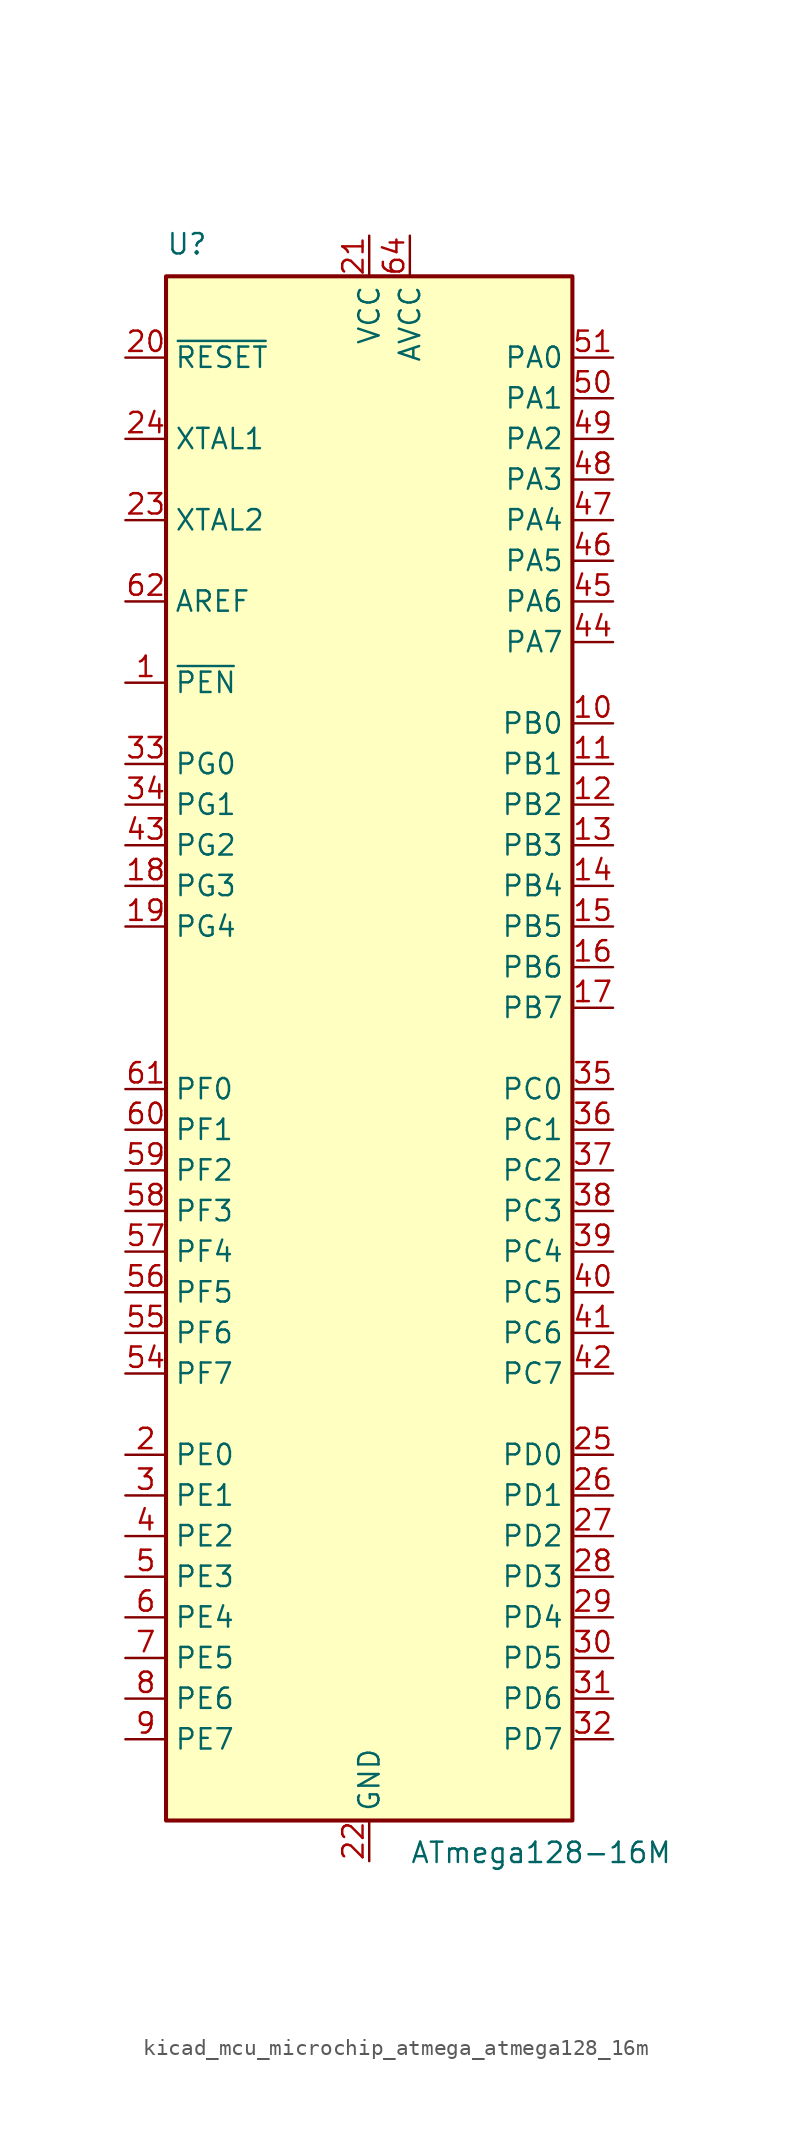
<source format=kicad_sym>
(kicad_symbol_lib
  (version 20220914)
  (generator kicad_symbol_editor)
  (symbol "kicad_mcu_microchip_atmega_atmega128_16m"
    (property "Reference" "U"
      (at -12.7 49.53 0)
      (effects (font (size 1.27 1.27)) (justify left bottom)))
    (property "Value" "ATmega128-16M"
      (at 2.54 -49.53 0)
      (effects (font (size 1.27 1.27)) (justify left top)))
    (symbol "kicad_mcu_microchip_atmega_atmega128_16m_0_1"
      (rectangle (start -12.7 -48.26) (end 12.7 48.26) (stroke (width 0.254) (type default)) (fill (type background))))
    (symbol "kicad_mcu_microchip_atmega_atmega128_16m_1_1"
      (pin input line (at -15.24 22.86 0) (length 2.54) (name "~{PEN}" (effects (font (size 1.27 1.27)))) (number "1" (effects (font (size 1.27 1.27)))))
      (pin bidirectional line (at 15.24 20.32 180) (length 2.54) (name "PB0" (effects (font (size 1.27 1.27)))) (number "10" (effects (font (size 1.27 1.27)))))
      (pin bidirectional line (at 15.24 17.78 180) (length 2.54) (name "PB1" (effects (font (size 1.27 1.27)))) (number "11" (effects (font (size 1.27 1.27)))))
      (pin bidirectional line (at 15.24 15.24 180) (length 2.54) (name "PB2" (effects (font (size 1.27 1.27)))) (number "12" (effects (font (size 1.27 1.27)))))
      (pin bidirectional line (at 15.24 12.7 180) (length 2.54) (name "PB3" (effects (font (size 1.27 1.27)))) (number "13" (effects (font (size 1.27 1.27)))))
      (pin bidirectional line (at 15.24 10.16 180) (length 2.54) (name "PB4" (effects (font (size 1.27 1.27)))) (number "14" (effects (font (size 1.27 1.27)))))
      (pin bidirectional line (at 15.24 7.62 180) (length 2.54) (name "PB5" (effects (font (size 1.27 1.27)))) (number "15" (effects (font (size 1.27 1.27)))))
      (pin bidirectional line (at 15.24 5.08 180) (length 2.54) (name "PB6" (effects (font (size 1.27 1.27)))) (number "16" (effects (font (size 1.27 1.27)))))
      (pin bidirectional line (at 15.24 2.54 180) (length 2.54) (name "PB7" (effects (font (size 1.27 1.27)))) (number "17" (effects (font (size 1.27 1.27)))))
      (pin bidirectional line (at -15.24 10.16 0) (length 2.54) (name "PG3" (effects (font (size 1.27 1.27)))) (number "18" (effects (font (size 1.27 1.27)))))
      (pin bidirectional line (at -15.24 7.62 0) (length 2.54) (name "PG4" (effects (font (size 1.27 1.27)))) (number "19" (effects (font (size 1.27 1.27)))))
      (pin bidirectional line (at -15.24 -25.4 0) (length 2.54) (name "PE0" (effects (font (size 1.27 1.27)))) (number "2" (effects (font (size 1.27 1.27)))))
      (pin input line (at -15.24 43.18 0) (length 2.54) (name "~{RESET}" (effects (font (size 1.27 1.27)))) (number "20" (effects (font (size 1.27 1.27)))))
      (pin power_in line (at 0 50.8 270) (length 2.54) (name "VCC" (effects (font (size 1.27 1.27)))) (number "21" (effects (font (size 1.27 1.27)))))
      (pin power_in line (at 0 -50.8 90) (length 2.54) (name "GND" (effects (font (size 1.27 1.27)))) (number "22" (effects (font (size 1.27 1.27)))))
      (pin output line (at -15.24 33.02 0) (length 2.54) (name "XTAL2" (effects (font (size 1.27 1.27)))) (number "23" (effects (font (size 1.27 1.27)))))
      (pin input line (at -15.24 38.1 0) (length 2.54) (name "XTAL1" (effects (font (size 1.27 1.27)))) (number "24" (effects (font (size 1.27 1.27)))))
      (pin bidirectional line (at 15.24 -25.4 180) (length 2.54) (name "PD0" (effects (font (size 1.27 1.27)))) (number "25" (effects (font (size 1.27 1.27)))))
      (pin bidirectional line (at 15.24 -27.94 180) (length 2.54) (name "PD1" (effects (font (size 1.27 1.27)))) (number "26" (effects (font (size 1.27 1.27)))))
      (pin bidirectional line (at 15.24 -30.48 180) (length 2.54) (name "PD2" (effects (font (size 1.27 1.27)))) (number "27" (effects (font (size 1.27 1.27)))))
      (pin bidirectional line (at 15.24 -33.02 180) (length 2.54) (name "PD3" (effects (font (size 1.27 1.27)))) (number "28" (effects (font (size 1.27 1.27)))))
      (pin bidirectional line (at 15.24 -35.56 180) (length 2.54) (name "PD4" (effects (font (size 1.27 1.27)))) (number "29" (effects (font (size 1.27 1.27)))))
      (pin bidirectional line (at -15.24 -27.94 0) (length 2.54) (name "PE1" (effects (font (size 1.27 1.27)))) (number "3" (effects (font (size 1.27 1.27)))))
      (pin bidirectional line (at 15.24 -38.1 180) (length 2.54) (name "PD5" (effects (font (size 1.27 1.27)))) (number "30" (effects (font (size 1.27 1.27)))))
      (pin bidirectional line (at 15.24 -40.64 180) (length 2.54) (name "PD6" (effects (font (size 1.27 1.27)))) (number "31" (effects (font (size 1.27 1.27)))))
      (pin bidirectional line (at 15.24 -43.18 180) (length 2.54) (name "PD7" (effects (font (size 1.27 1.27)))) (number "32" (effects (font (size 1.27 1.27)))))
      (pin bidirectional line (at -15.24 17.78 0) (length 2.54) (name "PG0" (effects (font (size 1.27 1.27)))) (number "33" (effects (font (size 1.27 1.27)))))
      (pin bidirectional line (at -15.24 15.24 0) (length 2.54) (name "PG1" (effects (font (size 1.27 1.27)))) (number "34" (effects (font (size 1.27 1.27)))))
      (pin bidirectional line (at 15.24 -2.54 180) (length 2.54) (name "PC0" (effects (font (size 1.27 1.27)))) (number "35" (effects (font (size 1.27 1.27)))))
      (pin bidirectional line (at 15.24 -5.08 180) (length 2.54) (name "PC1" (effects (font (size 1.27 1.27)))) (number "36" (effects (font (size 1.27 1.27)))))
      (pin bidirectional line (at 15.24 -7.62 180) (length 2.54) (name "PC2" (effects (font (size 1.27 1.27)))) (number "37" (effects (font (size 1.27 1.27)))))
      (pin bidirectional line (at 15.24 -10.16 180) (length 2.54) (name "PC3" (effects (font (size 1.27 1.27)))) (number "38" (effects (font (size 1.27 1.27)))))
      (pin bidirectional line (at 15.24 -12.7 180) (length 2.54) (name "PC4" (effects (font (size 1.27 1.27)))) (number "39" (effects (font (size 1.27 1.27)))))
      (pin bidirectional line (at -15.24 -30.48 0) (length 2.54) (name "PE2" (effects (font (size 1.27 1.27)))) (number "4" (effects (font (size 1.27 1.27)))))
      (pin bidirectional line (at 15.24 -15.24 180) (length 2.54) (name "PC5" (effects (font (size 1.27 1.27)))) (number "40" (effects (font (size 1.27 1.27)))))
      (pin bidirectional line (at 15.24 -17.78 180) (length 2.54) (name "PC6" (effects (font (size 1.27 1.27)))) (number "41" (effects (font (size 1.27 1.27)))))
      (pin bidirectional line (at 15.24 -20.32 180) (length 2.54) (name "PC7" (effects (font (size 1.27 1.27)))) (number "42" (effects (font (size 1.27 1.27)))))
      (pin bidirectional line (at -15.24 12.7 0) (length 2.54) (name "PG2" (effects (font (size 1.27 1.27)))) (number "43" (effects (font (size 1.27 1.27)))))
      (pin bidirectional line (at 15.24 25.4 180) (length 2.54) (name "PA7" (effects (font (size 1.27 1.27)))) (number "44" (effects (font (size 1.27 1.27)))))
      (pin bidirectional line (at 15.24 27.94 180) (length 2.54) (name "PA6" (effects (font (size 1.27 1.27)))) (number "45" (effects (font (size 1.27 1.27)))))
      (pin bidirectional line (at 15.24 30.48 180) (length 2.54) (name "PA5" (effects (font (size 1.27 1.27)))) (number "46" (effects (font (size 1.27 1.27)))))
      (pin bidirectional line (at 15.24 33.02 180) (length 2.54) (name "PA4" (effects (font (size 1.27 1.27)))) (number "47" (effects (font (size 1.27 1.27)))))
      (pin bidirectional line (at 15.24 35.56 180) (length 2.54) (name "PA3" (effects (font (size 1.27 1.27)))) (number "48" (effects (font (size 1.27 1.27)))))
      (pin bidirectional line (at 15.24 38.1 180) (length 2.54) (name "PA2" (effects (font (size 1.27 1.27)))) (number "49" (effects (font (size 1.27 1.27)))))
      (pin bidirectional line (at -15.24 -33.02 0) (length 2.54) (name "PE3" (effects (font (size 1.27 1.27)))) (number "5" (effects (font (size 1.27 1.27)))))
      (pin bidirectional line (at 15.24 40.64 180) (length 2.54) (name "PA1" (effects (font (size 1.27 1.27)))) (number "50" (effects (font (size 1.27 1.27)))))
      (pin bidirectional line (at 15.24 43.18 180) (length 2.54) (name "PA0" (effects (font (size 1.27 1.27)))) (number "51" (effects (font (size 1.27 1.27)))))
      (pin passive line (at 0 50.8 270) (length 2.54) hide (name "VCC" (effects (font (size 1.27 1.27)))) (number "52" (effects (font (size 1.27 1.27)))))
      (pin passive line (at 0 -50.8 90) (length 2.54) hide (name "GND" (effects (font (size 1.27 1.27)))) (number "53" (effects (font (size 1.27 1.27)))))
      (pin bidirectional line (at -15.24 -20.32 0) (length 2.54) (name "PF7" (effects (font (size 1.27 1.27)))) (number "54" (effects (font (size 1.27 1.27)))))
      (pin bidirectional line (at -15.24 -17.78 0) (length 2.54) (name "PF6" (effects (font (size 1.27 1.27)))) (number "55" (effects (font (size 1.27 1.27)))))
      (pin bidirectional line (at -15.24 -15.24 0) (length 2.54) (name "PF5" (effects (font (size 1.27 1.27)))) (number "56" (effects (font (size 1.27 1.27)))))
      (pin bidirectional line (at -15.24 -12.7 0) (length 2.54) (name "PF4" (effects (font (size 1.27 1.27)))) (number "57" (effects (font (size 1.27 1.27)))))
      (pin bidirectional line (at -15.24 -10.16 0) (length 2.54) (name "PF3" (effects (font (size 1.27 1.27)))) (number "58" (effects (font (size 1.27 1.27)))))
      (pin bidirectional line (at -15.24 -7.62 0) (length 2.54) (name "PF2" (effects (font (size 1.27 1.27)))) (number "59" (effects (font (size 1.27 1.27)))))
      (pin bidirectional line (at -15.24 -35.56 0) (length 2.54) (name "PE4" (effects (font (size 1.27 1.27)))) (number "6" (effects (font (size 1.27 1.27)))))
      (pin bidirectional line (at -15.24 -5.08 0) (length 2.54) (name "PF1" (effects (font (size 1.27 1.27)))) (number "60" (effects (font (size 1.27 1.27)))))
      (pin bidirectional line (at -15.24 -2.54 0) (length 2.54) (name "PF0" (effects (font (size 1.27 1.27)))) (number "61" (effects (font (size 1.27 1.27)))))
      (pin passive line (at -15.24 27.94 0) (length 2.54) (name "AREF" (effects (font (size 1.27 1.27)))) (number "62" (effects (font (size 1.27 1.27)))))
      (pin passive line (at 0 -50.8 90) (length 2.54) hide (name "GND" (effects (font (size 1.27 1.27)))) (number "63" (effects (font (size 1.27 1.27)))))
      (pin power_in line (at 2.54 50.8 270) (length 2.54) (name "AVCC" (effects (font (size 1.27 1.27)))) (number "64" (effects (font (size 1.27 1.27)))))
      (pin passive line (at 0 -50.8 90) (length 2.54) hide (name "GND" (effects (font (size 1.27 1.27)))) (number "65" (effects (font (size 1.27 1.27)))))
      (pin bidirectional line (at -15.24 -38.1 0) (length 2.54) (name "PE5" (effects (font (size 1.27 1.27)))) (number "7" (effects (font (size 1.27 1.27)))))
      (pin bidirectional line (at -15.24 -40.64 0) (length 2.54) (name "PE6" (effects (font (size 1.27 1.27)))) (number "8" (effects (font (size 1.27 1.27)))))
      (pin bidirectional line (at -15.24 -43.18 0) (length 2.54) (name "PE7" (effects (font (size 1.27 1.27)))) (number "9" (effects (font (size 1.27 1.27))))))))
</source>
